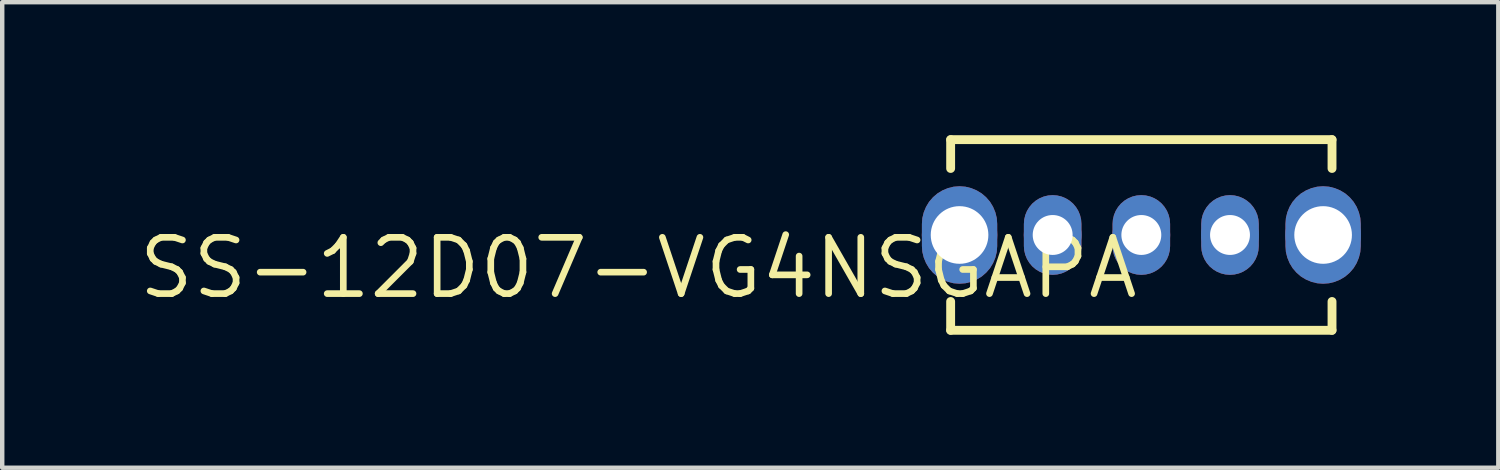
<source format=kicad_pcb>
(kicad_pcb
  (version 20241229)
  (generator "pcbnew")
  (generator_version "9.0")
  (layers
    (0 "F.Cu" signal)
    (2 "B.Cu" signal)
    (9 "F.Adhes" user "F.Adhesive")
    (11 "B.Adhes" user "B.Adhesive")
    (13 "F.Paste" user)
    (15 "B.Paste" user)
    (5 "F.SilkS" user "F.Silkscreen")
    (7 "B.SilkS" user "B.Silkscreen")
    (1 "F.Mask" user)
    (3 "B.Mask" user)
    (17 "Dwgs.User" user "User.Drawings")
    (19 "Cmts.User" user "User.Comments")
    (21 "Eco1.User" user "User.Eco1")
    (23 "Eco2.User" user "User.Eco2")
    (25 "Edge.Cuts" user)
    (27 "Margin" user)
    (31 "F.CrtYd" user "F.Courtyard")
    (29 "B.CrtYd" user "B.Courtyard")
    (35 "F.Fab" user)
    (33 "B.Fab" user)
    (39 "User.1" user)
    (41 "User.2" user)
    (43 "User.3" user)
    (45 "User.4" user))
  (footprint "SS-12D07-VG4NSGAPA"
    (layer "F.Cu")
    (at 22.693 2.25)
    (property "Reference" "SS-12D07-VG4NSGAPA" (at 0 0 0) (layer "F.SilkS") (effects (font (size 1.27 1.27) (thickness 0.15)) (justify right top)))
    (attr through_hole)
    (fp_poly (pts (xy -3.251 -0.25) (xy -3.261 -0.383) (xy -3.293 -0.512) (xy -3.344 -0.635) (xy -3.413 -0.749) (xy -3.5 -0.85) (xy -3.601 -0.937) (xy -3.715 -1.006) (xy -3.838 -1.057) (xy -3.967 -1.089) (xy -4.1 -1.099) (xy -4.233 -1.089) (xy -4.362 -1.057) (xy -4.485 -1.006) (xy -4.599 -0.937) (xy -4.7 -0.85) (xy -4.787 -0.749) (xy -4.856 -0.635) (xy -4.907 -0.512) (xy -4.939 -0.383) (xy -4.949 -0.25) (xy -4.949 0.25) (xy -4.939 0.383) (xy -4.907 0.512) (xy -4.856 0.635) (xy -4.787 0.749) (xy -4.7 0.85) (xy -4.599 0.937) (xy -4.485 1.006) (xy -4.362 1.057) (xy -4.233 1.089) (xy -4.1 1.099) (xy -3.967 1.089) (xy -3.838 1.057) (xy -3.715 1.006) (xy -3.601 0.937) (xy -3.5 0.85) (xy -3.413 0.749) (xy -3.344 0.635) (xy -3.293 0.512) (xy -3.261 0.383) (xy -3.251 0.25)) (stroke (width 0) (type solid)) (fill yes) (layer "F.Cu"))
    (fp_poly (pts (xy -1.351 -0.25) (xy -1.359 -0.352) (xy -1.383 -0.451) (xy -1.422 -0.545) (xy -1.475 -0.631) (xy -1.541 -0.709) (xy -1.619 -0.775) (xy -1.705 -0.828) (xy -1.799 -0.867) (xy -1.898 -0.891) (xy -2 -0.899) (xy -2.102 -0.891) (xy -2.201 -0.867) (xy -2.295 -0.828) (xy -2.381 -0.775) (xy -2.459 -0.709) (xy -2.525 -0.631) (xy -2.578 -0.545) (xy -2.617 -0.451) (xy -2.641 -0.352) (xy -2.649 -0.25) (xy -2.649 0.25) (xy -2.641 0.352) (xy -2.617 0.451) (xy -2.578 0.545) (xy -2.525 0.631) (xy -2.459 0.709) (xy -2.381 0.775) (xy -2.295 0.828) (xy -2.201 0.867) (xy -2.102 0.891) (xy -2 0.899) (xy -1.898 0.891) (xy -1.799 0.867) (xy -1.705 0.828) (xy -1.619 0.775) (xy -1.541 0.709) (xy -1.475 0.631) (xy -1.422 0.545) (xy -1.383 0.451) (xy -1.359 0.352) (xy -1.351 0.25)) (stroke (width 0) (type solid)) (fill yes) (layer "F.Cu"))
    (fp_poly (pts (xy 0.649 -0.25) (xy 0.641 -0.352) (xy 0.617 -0.451) (xy 0.578 -0.545) (xy 0.525 -0.631) (xy 0.459 -0.709) (xy 0.381 -0.775) (xy 0.295 -0.828) (xy 0.201 -0.867) (xy 0.102 -0.891) (xy 0 -0.899) (xy -0.102 -0.891) (xy -0.201 -0.867) (xy -0.295 -0.828) (xy -0.381 -0.775) (xy -0.459 -0.709) (xy -0.525 -0.631) (xy -0.578 -0.545) (xy -0.617 -0.451) (xy -0.641 -0.352) (xy -0.649 -0.25) (xy -0.649 0.25) (xy -0.641 0.352) (xy -0.617 0.451) (xy -0.578 0.545) (xy -0.525 0.631) (xy -0.459 0.709) (xy -0.381 0.775) (xy -0.295 0.828) (xy -0.201 0.867) (xy -0.102 0.891) (xy 0 0.899) (xy 0.102 0.891) (xy 0.201 0.867) (xy 0.295 0.828) (xy 0.381 0.775) (xy 0.459 0.709) (xy 0.525 0.631) (xy 0.578 0.545) (xy 0.617 0.451) (xy 0.641 0.352) (xy 0.649 0.25)) (stroke (width 0) (type solid)) (fill yes) (layer "F.Cu"))
    (fp_poly (pts (xy 2.649 -0.25) (xy 2.641 -0.352) (xy 2.617 -0.451) (xy 2.578 -0.545) (xy 2.525 -0.631) (xy 2.459 -0.709) (xy 2.381 -0.775) (xy 2.295 -0.828) (xy 2.201 -0.867) (xy 2.102 -0.891) (xy 2 -0.899) (xy 1.898 -0.891) (xy 1.799 -0.867) (xy 1.705 -0.828) (xy 1.619 -0.775) (xy 1.541 -0.709) (xy 1.475 -0.631) (xy 1.422 -0.545) (xy 1.383 -0.451) (xy 1.359 -0.352) (xy 1.351 -0.25) (xy 1.351 0.25) (xy 1.359 0.352) (xy 1.383 0.451) (xy 1.422 0.545) (xy 1.475 0.631) (xy 1.541 0.709) (xy 1.619 0.775) (xy 1.705 0.828) (xy 1.799 0.867) (xy 1.898 0.891) (xy 2 0.899) (xy 2.102 0.891) (xy 2.201 0.867) (xy 2.295 0.828) (xy 2.381 0.775) (xy 2.459 0.709) (xy 2.525 0.631) (xy 2.578 0.545) (xy 2.617 0.451) (xy 2.641 0.352) (xy 2.649 0.25)) (stroke (width 0) (type solid)) (fill yes) (layer "F.Cu"))
    (fp_poly (pts (xy 4.949 -0.25) (xy 4.939 -0.383) (xy 4.907 -0.512) (xy 4.856 -0.635) (xy 4.787 -0.749) (xy 4.7 -0.85) (xy 4.599 -0.937) (xy 4.485 -1.006) (xy 4.362 -1.057) (xy 4.233 -1.089) (xy 4.1 -1.099) (xy 3.967 -1.089) (xy 3.838 -1.057) (xy 3.715 -1.006) (xy 3.601 -0.937) (xy 3.5 -0.85) (xy 3.413 -0.749) (xy 3.344 -0.635) (xy 3.293 -0.512) (xy 3.261 -0.383) (xy 3.251 -0.25) (xy 3.251 0.25) (xy 3.261 0.383) (xy 3.293 0.512) (xy 3.344 0.635) (xy 3.413 0.749) (xy 3.5 0.85) (xy 3.601 0.937) (xy 3.715 1.006) (xy 3.838 1.057) (xy 3.967 1.089) (xy 4.1 1.099) (xy 4.233 1.089) (xy 4.362 1.057) (xy 4.485 1.006) (xy 4.599 0.937) (xy 4.7 0.85) (xy 4.787 0.749) (xy 4.856 0.635) (xy 4.907 0.512) (xy 4.939 0.383) (xy 4.949 0.25)) (stroke (width 0) (type solid)) (fill yes) (layer "F.Cu"))
    (fp_poly (pts (xy -5.052 0.25) (xy -5.04 0.399) (xy -5.005 0.544) (xy -4.948 0.682) (xy -4.87 0.81) (xy -4.773 0.923) (xy -4.66 1.02) (xy -4.532 1.098) (xy -4.394 1.155) (xy -4.249 1.19) (xy -4.1 1.202) (xy -3.951 1.19) (xy -3.806 1.155) (xy -3.668 1.098) (xy -3.54 1.02) (xy -3.427 0.923) (xy -3.33 0.81) (xy -3.252 0.682) (xy -3.195 0.544) (xy -3.16 0.399) (xy -3.148 0.25) (xy -3.148 -0.25) (xy -3.16 -0.399) (xy -3.195 -0.544) (xy -3.252 -0.682) (xy -3.33 -0.81) (xy -3.427 -0.923) (xy -3.54 -1.02) (xy -3.668 -1.098) (xy -3.806 -1.155) (xy -3.951 -1.19) (xy -4.1 -1.202) (xy -4.249 -1.19) (xy -4.394 -1.155) (xy -4.532 -1.098) (xy -4.66 -1.02) (xy -4.773 -0.923) (xy -4.87 -0.81) (xy -4.948 -0.682) (xy -5.005 -0.544) (xy -5.04 -0.399) (xy -5.052 -0.25)) (stroke (width 0) (type solid)) (fill yes) (layer "F.Mask"))
    (fp_poly (pts (xy -2.752 0.25) (xy -2.743 0.368) (xy -2.715 0.482) (xy -2.67 0.591) (xy -2.608 0.692) (xy -2.532 0.782) (xy -2.442 0.858) (xy -2.341 0.92) (xy -2.232 0.965) (xy -2.118 0.993) (xy -2 1.002) (xy -1.882 0.993) (xy -1.768 0.965) (xy -1.659 0.92) (xy -1.558 0.858) (xy -1.468 0.782) (xy -1.392 0.692) (xy -1.33 0.591) (xy -1.285 0.482) (xy -1.257 0.368) (xy -1.248 0.25) (xy -1.248 -0.25) (xy -1.257 -0.368) (xy -1.285 -0.482) (xy -1.33 -0.591) (xy -1.392 -0.692) (xy -1.468 -0.782) (xy -1.558 -0.858) (xy -1.659 -0.92) (xy -1.768 -0.965) (xy -1.882 -0.993) (xy -2 -1.002) (xy -2.118 -0.993) (xy -2.232 -0.965) (xy -2.341 -0.92) (xy -2.442 -0.858) (xy -2.532 -0.782) (xy -2.608 -0.692) (xy -2.67 -0.591) (xy -2.715 -0.482) (xy -2.743 -0.368) (xy -2.752 -0.25)) (stroke (width 0) (type solid)) (fill yes) (layer "F.Mask"))
    (fp_poly (pts (xy -0.752 0.25) (xy -0.743 0.368) (xy -0.715 0.482) (xy -0.67 0.591) (xy -0.608 0.692) (xy -0.532 0.782) (xy -0.442 0.858) (xy -0.341 0.92) (xy -0.232 0.965) (xy -0.118 0.993) (xy 0 1.002) (xy 0.118 0.993) (xy 0.232 0.965) (xy 0.341 0.92) (xy 0.442 0.858) (xy 0.532 0.782) (xy 0.608 0.692) (xy 0.67 0.591) (xy 0.715 0.482) (xy 0.743 0.368) (xy 0.752 0.25) (xy 0.752 -0.25) (xy 0.743 -0.368) (xy 0.715 -0.482) (xy 0.67 -0.591) (xy 0.608 -0.692) (xy 0.532 -0.782) (xy 0.442 -0.858) (xy 0.341 -0.92) (xy 0.232 -0.965) (xy 0.118 -0.993) (xy 0 -1.002) (xy -0.118 -0.993) (xy -0.232 -0.965) (xy -0.341 -0.92) (xy -0.442 -0.858) (xy -0.532 -0.782) (xy -0.608 -0.692) (xy -0.67 -0.591) (xy -0.715 -0.482) (xy -0.743 -0.368) (xy -0.752 -0.25)) (stroke (width 0) (type solid)) (fill yes) (layer "F.Mask"))
    (fp_poly (pts (xy 1.248 0.25) (xy 1.257 0.368) (xy 1.285 0.482) (xy 1.33 0.591) (xy 1.392 0.692) (xy 1.468 0.782) (xy 1.558 0.858) (xy 1.659 0.92) (xy 1.768 0.965) (xy 1.882 0.993) (xy 2 1.002) (xy 2.118 0.993) (xy 2.232 0.965) (xy 2.341 0.92) (xy 2.442 0.858) (xy 2.532 0.782) (xy 2.608 0.692) (xy 2.67 0.591) (xy 2.715 0.482) (xy 2.743 0.368) (xy 2.752 0.25) (xy 2.752 -0.25) (xy 2.743 -0.368) (xy 2.715 -0.482) (xy 2.67 -0.591) (xy 2.608 -0.692) (xy 2.532 -0.782) (xy 2.442 -0.858) (xy 2.341 -0.92) (xy 2.232 -0.965) (xy 2.118 -0.993) (xy 2 -1.002) (xy 1.882 -0.993) (xy 1.768 -0.965) (xy 1.659 -0.92) (xy 1.558 -0.858) (xy 1.468 -0.782) (xy 1.392 -0.692) (xy 1.33 -0.591) (xy 1.285 -0.482) (xy 1.257 -0.368) (xy 1.248 -0.25)) (stroke (width 0) (type solid)) (fill yes) (layer "F.Mask"))
    (fp_poly (pts (xy 3.148 0.25) (xy 3.16 0.399) (xy 3.195 0.544) (xy 3.252 0.682) (xy 3.33 0.81) (xy 3.427 0.923) (xy 3.54 1.02) (xy 3.668 1.098) (xy 3.806 1.155) (xy 3.951 1.19) (xy 4.1 1.202) (xy 4.249 1.19) (xy 4.394 1.155) (xy 4.532 1.098) (xy 4.66 1.02) (xy 4.773 0.923) (xy 4.87 0.81) (xy 4.948 0.682) (xy 5.005 0.544) (xy 5.04 0.399) (xy 5.052 0.25) (xy 5.052 -0.25) (xy 5.04 -0.399) (xy 5.005 -0.544) (xy 4.948 -0.682) (xy 4.87 -0.81) (xy 4.773 -0.923) (xy 4.66 -1.02) (xy 4.532 -1.098) (xy 4.394 -1.155) (xy 4.249 -1.19) (xy 4.1 -1.202) (xy 3.951 -1.19) (xy 3.806 -1.155) (xy 3.668 -1.098) (xy 3.54 -1.02) (xy 3.427 -0.923) (xy 3.33 -0.81) (xy 3.252 -0.682) (xy 3.195 -0.544) (xy 3.16 -0.399) (xy 3.148 -0.25)) (stroke (width 0) (type solid)) (fill yes) (layer "F.Mask"))
    (fp_poly (pts (xy -3.251 -0.25) (xy -3.261 -0.383) (xy -3.293 -0.512) (xy -3.344 -0.635) (xy -3.413 -0.749) (xy -3.5 -0.85) (xy -3.601 -0.937) (xy -3.715 -1.006) (xy -3.838 -1.057) (xy -3.967 -1.089) (xy -4.1 -1.099) (xy -4.233 -1.089) (xy -4.362 -1.057) (xy -4.485 -1.006) (xy -4.599 -0.937) (xy -4.7 -0.85) (xy -4.787 -0.749) (xy -4.856 -0.635) (xy -4.907 -0.512) (xy -4.939 -0.383) (xy -4.949 -0.25) (xy -4.949 0.25) (xy -4.939 0.383) (xy -4.907 0.512) (xy -4.856 0.635) (xy -4.787 0.749) (xy -4.7 0.85) (xy -4.599 0.937) (xy -4.485 1.006) (xy -4.362 1.057) (xy -4.233 1.089) (xy -4.1 1.099) (xy -3.967 1.089) (xy -3.838 1.057) (xy -3.715 1.006) (xy -3.601 0.937) (xy -3.5 0.85) (xy -3.413 0.749) (xy -3.344 0.635) (xy -3.293 0.512) (xy -3.261 0.383) (xy -3.251 0.25)) (stroke (width 0) (type solid)) (fill yes) (layer "B.Cu"))
    (fp_poly (pts (xy -1.351 -0.25) (xy -1.359 -0.352) (xy -1.383 -0.451) (xy -1.422 -0.545) (xy -1.475 -0.631) (xy -1.541 -0.709) (xy -1.619 -0.775) (xy -1.705 -0.828) (xy -1.799 -0.867) (xy -1.898 -0.891) (xy -2 -0.899) (xy -2.102 -0.891) (xy -2.201 -0.867) (xy -2.295 -0.828) (xy -2.381 -0.775) (xy -2.459 -0.709) (xy -2.525 -0.631) (xy -2.578 -0.545) (xy -2.617 -0.451) (xy -2.641 -0.352) (xy -2.649 -0.25) (xy -2.649 0.25) (xy -2.641 0.352) (xy -2.617 0.451) (xy -2.578 0.545) (xy -2.525 0.631) (xy -2.459 0.709) (xy -2.381 0.775) (xy -2.295 0.828) (xy -2.201 0.867) (xy -2.102 0.891) (xy -2 0.899) (xy -1.898 0.891) (xy -1.799 0.867) (xy -1.705 0.828) (xy -1.619 0.775) (xy -1.541 0.709) (xy -1.475 0.631) (xy -1.422 0.545) (xy -1.383 0.451) (xy -1.359 0.352) (xy -1.351 0.25)) (stroke (width 0) (type solid)) (fill yes) (layer "B.Cu"))
    (fp_poly (pts (xy 0.649 -0.25) (xy 0.641 -0.352) (xy 0.617 -0.451) (xy 0.578 -0.545) (xy 0.525 -0.631) (xy 0.459 -0.709) (xy 0.381 -0.775) (xy 0.295 -0.828) (xy 0.201 -0.867) (xy 0.102 -0.891) (xy 0 -0.899) (xy -0.102 -0.891) (xy -0.201 -0.867) (xy -0.295 -0.828) (xy -0.381 -0.775) (xy -0.459 -0.709) (xy -0.525 -0.631) (xy -0.578 -0.545) (xy -0.617 -0.451) (xy -0.641 -0.352) (xy -0.649 -0.25) (xy -0.649 0.25) (xy -0.641 0.352) (xy -0.617 0.451) (xy -0.578 0.545) (xy -0.525 0.631) (xy -0.459 0.709) (xy -0.381 0.775) (xy -0.295 0.828) (xy -0.201 0.867) (xy -0.102 0.891) (xy 0 0.899) (xy 0.102 0.891) (xy 0.201 0.867) (xy 0.295 0.828) (xy 0.381 0.775) (xy 0.459 0.709) (xy 0.525 0.631) (xy 0.578 0.545) (xy 0.617 0.451) (xy 0.641 0.352) (xy 0.649 0.25)) (stroke (width 0) (type solid)) (fill yes) (layer "B.Cu"))
    (fp_poly (pts (xy 2.649 -0.25) (xy 2.641 -0.352) (xy 2.617 -0.451) (xy 2.578 -0.545) (xy 2.525 -0.631) (xy 2.459 -0.709) (xy 2.381 -0.775) (xy 2.295 -0.828) (xy 2.201 -0.867) (xy 2.102 -0.891) (xy 2 -0.899) (xy 1.898 -0.891) (xy 1.799 -0.867) (xy 1.705 -0.828) (xy 1.619 -0.775) (xy 1.541 -0.709) (xy 1.475 -0.631) (xy 1.422 -0.545) (xy 1.383 -0.451) (xy 1.359 -0.352) (xy 1.351 -0.25) (xy 1.351 0.25) (xy 1.359 0.352) (xy 1.383 0.451) (xy 1.422 0.545) (xy 1.475 0.631) (xy 1.541 0.709) (xy 1.619 0.775) (xy 1.705 0.828) (xy 1.799 0.867) (xy 1.898 0.891) (xy 2 0.899) (xy 2.102 0.891) (xy 2.201 0.867) (xy 2.295 0.828) (xy 2.381 0.775) (xy 2.459 0.709) (xy 2.525 0.631) (xy 2.578 0.545) (xy 2.617 0.451) (xy 2.641 0.352) (xy 2.649 0.25)) (stroke (width 0) (type solid)) (fill yes) (layer "B.Cu"))
    (fp_poly (pts (xy 4.949 -0.25) (xy 4.939 -0.383) (xy 4.907 -0.512) (xy 4.856 -0.635) (xy 4.787 -0.749) (xy 4.7 -0.85) (xy 4.599 -0.937) (xy 4.485 -1.006) (xy 4.362 -1.057) (xy 4.233 -1.089) (xy 4.1 -1.099) (xy 3.967 -1.089) (xy 3.838 -1.057) (xy 3.715 -1.006) (xy 3.601 -0.937) (xy 3.5 -0.85) (xy 3.413 -0.749) (xy 3.344 -0.635) (xy 3.293 -0.512) (xy 3.261 -0.383) (xy 3.251 -0.25) (xy 3.251 0.25) (xy 3.261 0.383) (xy 3.293 0.512) (xy 3.344 0.635) (xy 3.413 0.749) (xy 3.5 0.85) (xy 3.601 0.937) (xy 3.715 1.006) (xy 3.838 1.057) (xy 3.967 1.089) (xy 4.1 1.099) (xy 4.233 1.089) (xy 4.362 1.057) (xy 4.485 1.006) (xy 4.599 0.937) (xy 4.7 0.85) (xy 4.787 0.749) (xy 4.856 0.635) (xy 4.907 0.512) (xy 4.939 0.383) (xy 4.949 0.25)) (stroke (width 0) (type solid)) (fill yes) (layer "B.Cu"))
    (fp_poly (pts (xy -5.052 0.25) (xy -5.04 0.399) (xy -5.005 0.544) (xy -4.948 0.682) (xy -4.87 0.81) (xy -4.773 0.923) (xy -4.66 1.02) (xy -4.532 1.098) (xy -4.394 1.155) (xy -4.249 1.19) (xy -4.1 1.202) (xy -3.951 1.19) (xy -3.806 1.155) (xy -3.668 1.098) (xy -3.54 1.02) (xy -3.427 0.923) (xy -3.33 0.81) (xy -3.252 0.682) (xy -3.195 0.544) (xy -3.16 0.399) (xy -3.148 0.25) (xy -3.148 -0.25) (xy -3.16 -0.399) (xy -3.195 -0.544) (xy -3.252 -0.682) (xy -3.33 -0.81) (xy -3.427 -0.923) (xy -3.54 -1.02) (xy -3.668 -1.098) (xy -3.806 -1.155) (xy -3.951 -1.19) (xy -4.1 -1.202) (xy -4.249 -1.19) (xy -4.394 -1.155) (xy -4.532 -1.098) (xy -4.66 -1.02) (xy -4.773 -0.923) (xy -4.87 -0.81) (xy -4.948 -0.682) (xy -5.005 -0.544) (xy -5.04 -0.399) (xy -5.052 -0.25)) (stroke (width 0) (type solid)) (fill yes) (layer "B.Mask"))
    (fp_poly (pts (xy -2.752 0.25) (xy -2.743 0.368) (xy -2.715 0.482) (xy -2.67 0.591) (xy -2.608 0.692) (xy -2.532 0.782) (xy -2.442 0.858) (xy -2.341 0.92) (xy -2.232 0.965) (xy -2.118 0.993) (xy -2 1.002) (xy -1.882 0.993) (xy -1.768 0.965) (xy -1.659 0.92) (xy -1.558 0.858) (xy -1.468 0.782) (xy -1.392 0.692) (xy -1.33 0.591) (xy -1.285 0.482) (xy -1.257 0.368) (xy -1.248 0.25) (xy -1.248 -0.25) (xy -1.257 -0.368) (xy -1.285 -0.482) (xy -1.33 -0.591) (xy -1.392 -0.692) (xy -1.468 -0.782) (xy -1.558 -0.858) (xy -1.659 -0.92) (xy -1.768 -0.965) (xy -1.882 -0.993) (xy -2 -1.002) (xy -2.118 -0.993) (xy -2.232 -0.965) (xy -2.341 -0.92) (xy -2.442 -0.858) (xy -2.532 -0.782) (xy -2.608 -0.692) (xy -2.67 -0.591) (xy -2.715 -0.482) (xy -2.743 -0.368) (xy -2.752 -0.25)) (stroke (width 0) (type solid)) (fill yes) (layer "B.Mask"))
    (fp_poly (pts (xy -0.752 0.25) (xy -0.743 0.368) (xy -0.715 0.482) (xy -0.67 0.591) (xy -0.608 0.692) (xy -0.532 0.782) (xy -0.442 0.858) (xy -0.341 0.92) (xy -0.232 0.965) (xy -0.118 0.993) (xy 0 1.002) (xy 0.118 0.993) (xy 0.232 0.965) (xy 0.341 0.92) (xy 0.442 0.858) (xy 0.532 0.782) (xy 0.608 0.692) (xy 0.67 0.591) (xy 0.715 0.482) (xy 0.743 0.368) (xy 0.752 0.25) (xy 0.752 -0.25) (xy 0.743 -0.368) (xy 0.715 -0.482) (xy 0.67 -0.591) (xy 0.608 -0.692) (xy 0.532 -0.782) (xy 0.442 -0.858) (xy 0.341 -0.92) (xy 0.232 -0.965) (xy 0.118 -0.993) (xy 0 -1.002) (xy -0.118 -0.993) (xy -0.232 -0.965) (xy -0.341 -0.92) (xy -0.442 -0.858) (xy -0.532 -0.782) (xy -0.608 -0.692) (xy -0.67 -0.591) (xy -0.715 -0.482) (xy -0.743 -0.368) (xy -0.752 -0.25)) (stroke (width 0) (type solid)) (fill yes) (layer "B.Mask"))
    (fp_poly (pts (xy 1.248 0.25) (xy 1.257 0.368) (xy 1.285 0.482) (xy 1.33 0.591) (xy 1.392 0.692) (xy 1.468 0.782) (xy 1.558 0.858) (xy 1.659 0.92) (xy 1.768 0.965) (xy 1.882 0.993) (xy 2 1.002) (xy 2.118 0.993) (xy 2.232 0.965) (xy 2.341 0.92) (xy 2.442 0.858) (xy 2.532 0.782) (xy 2.608 0.692) (xy 2.67 0.591) (xy 2.715 0.482) (xy 2.743 0.368) (xy 2.752 0.25) (xy 2.752 -0.25) (xy 2.743 -0.368) (xy 2.715 -0.482) (xy 2.67 -0.591) (xy 2.608 -0.692) (xy 2.532 -0.782) (xy 2.442 -0.858) (xy 2.341 -0.92) (xy 2.232 -0.965) (xy 2.118 -0.993) (xy 2 -1.002) (xy 1.882 -0.993) (xy 1.768 -0.965) (xy 1.659 -0.92) (xy 1.558 -0.858) (xy 1.468 -0.782) (xy 1.392 -0.692) (xy 1.33 -0.591) (xy 1.285 -0.482) (xy 1.257 -0.368) (xy 1.248 -0.25)) (stroke (width 0) (type solid)) (fill yes) (layer "B.Mask"))
    (fp_poly (pts (xy 3.148 0.25) (xy 3.16 0.399) (xy 3.195 0.544) (xy 3.252 0.682) (xy 3.33 0.81) (xy 3.427 0.923) (xy 3.54 1.02) (xy 3.668 1.098) (xy 3.806 1.155) (xy 3.951 1.19) (xy 4.1 1.202) (xy 4.249 1.19) (xy 4.394 1.155) (xy 4.532 1.098) (xy 4.66 1.02) (xy 4.773 0.923) (xy 4.87 0.81) (xy 4.948 0.682) (xy 5.005 0.544) (xy 5.04 0.399) (xy 5.052 0.25) (xy 5.052 -0.25) (xy 5.04 -0.399) (xy 5.005 -0.544) (xy 4.948 -0.682) (xy 4.87 -0.81) (xy 4.773 -0.923) (xy 4.66 -1.02) (xy 4.532 -1.098) (xy 4.394 -1.155) (xy 4.249 -1.19) (xy 4.1 -1.202) (xy 3.951 -1.19) (xy 3.806 -1.155) (xy 3.668 -1.098) (xy 3.54 -1.02) (xy 3.427 -0.923) (xy 3.33 -0.81) (xy 3.252 -0.682) (xy 3.195 -0.544) (xy 3.16 -0.399) (xy 3.148 -0.25)) (stroke (width 0) (type solid)) (fill yes) (layer "B.Mask"))
    (fp_line (start -4.301 -2.15) (end -4.301 -1.5) (stroke (width 0.2) (type solid)) (layer "F.SilkS"))
    (fp_line (start -4.301 -2.15) (end 4.301 -2.15) (stroke (width 0.2) (type solid)) (layer "F.SilkS"))
    (fp_line (start -4.301 1.5) (end -4.301 2.15) (stroke (width 0.2) (type solid)) (layer "F.SilkS"))
    (fp_line (start -4.301 2.15) (end 4.301 2.15) (stroke (width 0.2) (type solid)) (layer "F.SilkS"))
    (fp_line (start 4.301 -2.15) (end 4.301 -1.5) (stroke (width 0.2) (type solid)) (layer "F.SilkS"))
    (fp_line (start 4.301 1.5) (end 4.301 2.15) (stroke (width 0.2) (type solid)) (layer "F.SilkS"))
    (pad "1" thru_hole circle (at -2 0 90) (size 1.3 1.3) (drill 0.9) (layers "*.Cu" "*.Mask"))
    (pad "2" thru_hole circle (at 0 0 90) (size 1.3 1.3) (drill 0.9) (layers "*.Cu" "*.Mask"))
    (pad "3" thru_hole circle (at 2 0 90) (size 1.3 1.3) (drill 0.9) (layers "*.Cu" "*.Mask"))
    (pad "4" thru_hole circle (at -4.1 0 90) (size 1.7 1.7) (drill 1.3) (layers "*.Cu" "*.Mask"))
    (pad "5" thru_hole circle (at 4.1 0 90) (size 1.7 1.7) (drill 1.3) (layers "*.Cu" "*.Mask")))
  (gr_rect
    (start -3 -3)
    (end 30.745 7.5)
    (stroke (width 0.1) (type default))
    (fill no)
    (layer "Edge.Cuts")))
</source>
